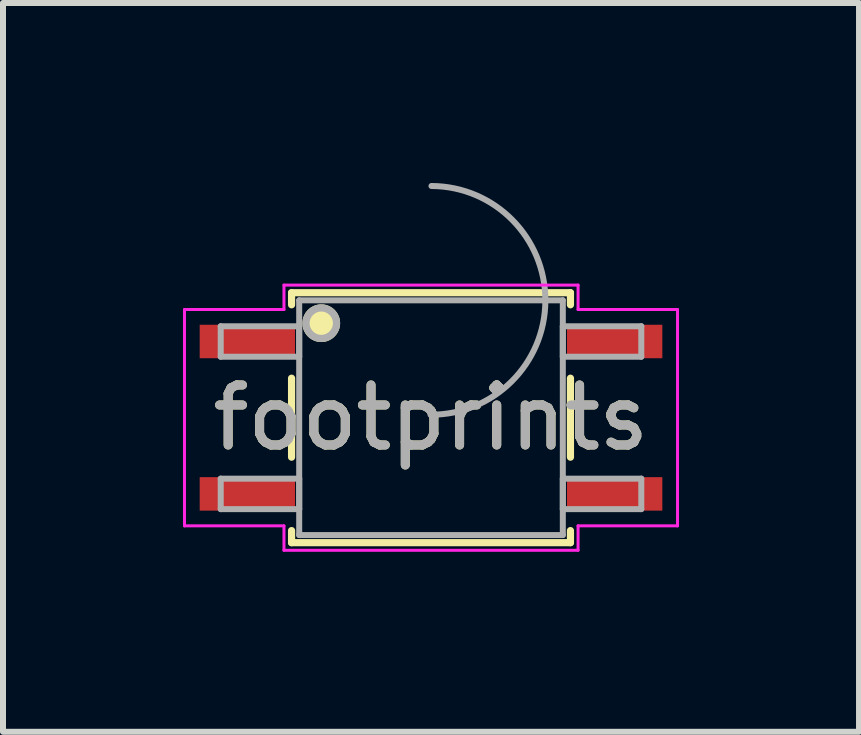
<source format=kicad_pcb>
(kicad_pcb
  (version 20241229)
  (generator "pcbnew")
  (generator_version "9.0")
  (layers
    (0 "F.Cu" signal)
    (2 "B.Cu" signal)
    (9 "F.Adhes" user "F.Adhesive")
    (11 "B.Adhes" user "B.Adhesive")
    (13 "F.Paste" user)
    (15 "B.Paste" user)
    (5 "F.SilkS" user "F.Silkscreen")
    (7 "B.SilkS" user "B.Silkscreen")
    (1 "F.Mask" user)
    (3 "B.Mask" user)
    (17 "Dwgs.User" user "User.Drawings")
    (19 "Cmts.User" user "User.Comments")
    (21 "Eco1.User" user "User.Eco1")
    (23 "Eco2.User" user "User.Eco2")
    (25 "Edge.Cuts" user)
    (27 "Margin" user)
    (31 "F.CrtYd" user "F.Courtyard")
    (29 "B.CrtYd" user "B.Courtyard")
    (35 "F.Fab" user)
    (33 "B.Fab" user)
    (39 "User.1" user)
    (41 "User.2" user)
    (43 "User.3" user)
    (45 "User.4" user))
  (footprint "footprints"
    (layer "F.Cu")
    (at 4.134 3.912)
    (property "Reference" "footprints" (at 0 0 0) (layer "F.SilkS") (effects (font (size 1 1) (thickness 0.15))))
    (attr through_hole)
    (fp_line (start -2.324 -2.083) (end -2.324 -1.882) (stroke (width 0.12) (type solid)) (layer "F.SilkS"))
    (fp_line (start -2.324 -0.658) (end -2.324 0.658) (stroke (width 0.12) (type solid)) (layer "F.SilkS"))
    (fp_line (start -2.324 1.882) (end -2.324 2.083) (stroke (width 0.12) (type solid)) (layer "F.SilkS"))
    (fp_line (start -2.324 2.083) (end 2.324 2.083) (stroke (width 0.12) (type solid)) (layer "F.SilkS"))
    (fp_line (start 2.324 -2.083) (end -2.324 -2.083) (stroke (width 0.12) (type solid)) (layer "F.SilkS"))
    (fp_line (start 2.324 -1.882) (end 2.324 -2.083) (stroke (width 0.12) (type solid)) (layer "F.SilkS"))
    (fp_line (start 2.324 0.658) (end 2.324 -0.658) (stroke (width 0.12) (type solid)) (layer "F.SilkS"))
    (fp_line (start 2.324 2.083) (end 2.324 1.882) (stroke (width 0.12) (type solid)) (layer "F.SilkS"))
    (fp_circle (center -1.829 -1.575) (end -1.575 -1.575) (stroke (width 0.12) (type solid)) (fill yes) (layer "F.SilkS"))
    (fp_line (start -4.109 -1.803) (end -2.451 -1.803) (stroke (width 0.05) (type solid)) (layer "F.CrtYd"))
    (fp_line (start -4.109 1.803) (end -4.109 -1.803) (stroke (width 0.05) (type solid)) (layer "F.CrtYd"))
    (fp_line (start -2.451 -2.21) (end 2.451 -2.21) (stroke (width 0.05) (type solid)) (layer "F.CrtYd"))
    (fp_line (start -2.451 -1.803) (end -2.451 -2.21) (stroke (width 0.05) (type solid)) (layer "F.CrtYd"))
    (fp_line (start -2.451 1.803) (end -4.109 1.803) (stroke (width 0.05) (type solid)) (layer "F.CrtYd"))
    (fp_line (start -2.451 2.21) (end -2.451 1.803) (stroke (width 0.05) (type solid)) (layer "F.CrtYd"))
    (fp_line (start 2.451 -2.21) (end 2.451 -1.803) (stroke (width 0.05) (type solid)) (layer "F.CrtYd"))
    (fp_line (start 2.451 -1.803) (end 4.109 -1.803) (stroke (width 0.05) (type solid)) (layer "F.CrtYd"))
    (fp_line (start 2.451 1.803) (end 2.451 2.21) (stroke (width 0.05) (type solid)) (layer "F.CrtYd"))
    (fp_line (start 2.451 2.21) (end -2.451 2.21) (stroke (width 0.05) (type solid)) (layer "F.CrtYd"))
    (fp_line (start 4.109 -1.803) (end 4.109 1.803) (stroke (width 0.05) (type solid)) (layer "F.CrtYd"))
    (fp_line (start 4.109 1.803) (end 2.451 1.803) (stroke (width 0.05) (type solid)) (layer "F.CrtYd"))
    (fp_line (start -3.505 -1.524) (end -3.505 -1.016) (stroke (width 0.1) (type solid)) (layer "F.Fab"))
    (fp_line (start -3.505 -1.016) (end -2.197 -1.016) (stroke (width 0.1) (type solid)) (layer "F.Fab"))
    (fp_line (start -3.505 1.016) (end -3.505 1.524) (stroke (width 0.1) (type solid)) (layer "F.Fab"))
    (fp_line (start -3.505 1.524) (end -2.197 1.524) (stroke (width 0.1) (type solid)) (layer "F.Fab"))
    (fp_line (start -2.197 -1.956) (end -2.197 1.956) (stroke (width 0.1) (type solid)) (layer "F.Fab"))
    (fp_line (start -2.197 -1.524) (end -3.505 -1.524) (stroke (width 0.1) (type solid)) (layer "F.Fab"))
    (fp_line (start -2.197 -1.016) (end -2.197 -1.524) (stroke (width 0.1) (type solid)) (layer "F.Fab"))
    (fp_line (start -2.197 1.016) (end -3.505 1.016) (stroke (width 0.1) (type solid)) (layer "F.Fab"))
    (fp_line (start -2.197 1.524) (end -2.197 1.016) (stroke (width 0.1) (type solid)) (layer "F.Fab"))
    (fp_line (start -2.197 1.956) (end 2.197 1.956) (stroke (width 0.1) (type solid)) (layer "F.Fab"))
    (fp_line (start 2.197 -1.956) (end -2.197 -1.956) (stroke (width 0.1) (type solid)) (layer "F.Fab"))
    (fp_line (start 2.197 -1.524) (end 2.197 -1.016) (stroke (width 0.1) (type solid)) (layer "F.Fab"))
    (fp_line (start 2.197 -1.016) (end 3.505 -1.016) (stroke (width 0.1) (type solid)) (layer "F.Fab"))
    (fp_line (start 2.197 1.016) (end 2.197 1.524) (stroke (width 0.1) (type solid)) (layer "F.Fab"))
    (fp_line (start 2.197 1.524) (end 3.505 1.524) (stroke (width 0.1) (type solid)) (layer "F.Fab"))
    (fp_line (start 2.197 1.956) (end 2.197 -1.956) (stroke (width 0.1) (type solid)) (layer "F.Fab"))
    (fp_line (start 3.505 -1.524) (end 2.197 -1.524) (stroke (width 0.1) (type solid)) (layer "F.Fab"))
    (fp_line (start 3.505 -1.016) (end 3.505 -1.524) (stroke (width 0.1) (type solid)) (layer "F.Fab"))
    (fp_line (start 3.505 1.016) (end 2.197 1.016) (stroke (width 0.1) (type solid)) (layer "F.Fab"))
    (fp_line (start 3.505 1.524) (end 3.505 1.016) (stroke (width 0.1) (type solid)) (layer "F.Fab"))
    (fp_arc (start 0.007742 -3.861923) (mid 1.906123 -1.948058) (end -0.007742 -0.049677) (stroke (width 0.1) (type solid)) (layer "F.Fab"))
    (fp_circle (center -1.829 -1.575) (end -1.575 -1.575) (stroke (width 0.12) (type solid)) (fill no) (layer "F.Fab"))
    (fp_text user "${REFERENCE}" (at 0 0 0) (layer "F.Fab") (effects (font (size 1 1) (thickness 0.15))))
    (pad "1" smd rect (at -3.061 -1.27) (size 1.589 0.558) (layers "F.Cu" "F.Mask" "F.Paste"))
    (pad "2" smd rect (at -3.061 1.27) (size 1.589 0.558) (layers "F.Cu" "F.Mask" "F.Paste"))
    (pad "3" smd rect (at 3.061 1.27) (size 1.589 0.558) (layers "F.Cu" "F.Mask" "F.Paste"))
    (pad "4" smd rect (at 3.061 -1.27) (size 1.589 0.558) (layers "F.Cu" "F.Mask" "F.Paste")))
  (gr_rect
    (start -3 -3)
    (end 11.268 9.147)
    (stroke (width 0.1) (type default))
    (fill no)
    (layer "Edge.Cuts")))
</source>
